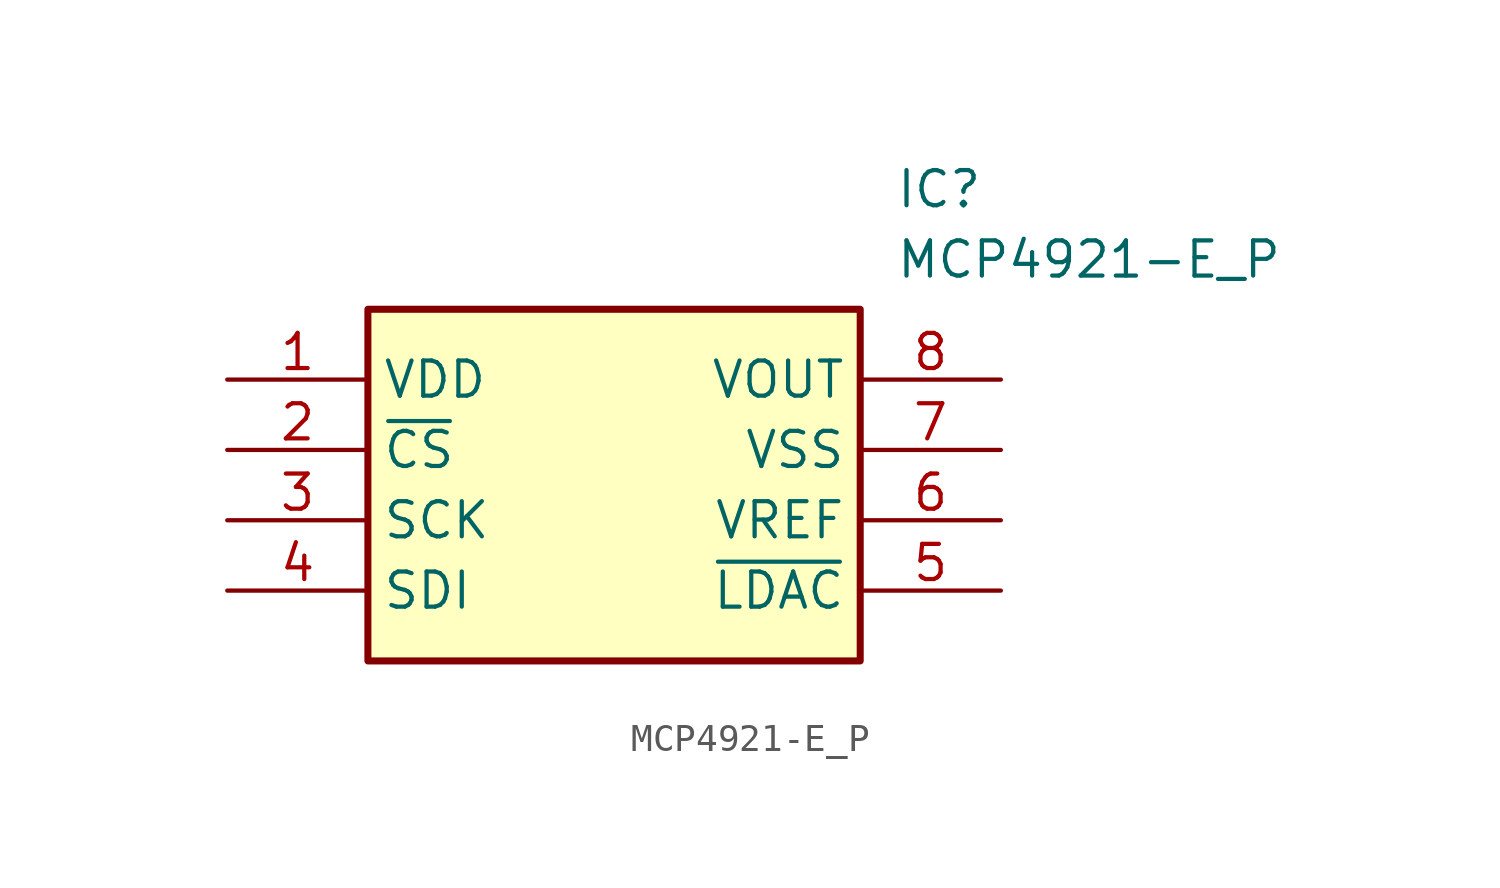
<source format=kicad_sym>
(kicad_symbol_lib
  (version 20211014)
  (generator SamacSys_ECAD_Model)
  (symbol "MCP4921-E_P"
    (property "Reference" "IC"
      (at 24.13 7.62 0)
      (effects (font (size 1.27 1.27)) (justify left top)))
    (property "Value" "MCP4921-E_P"
      (at 24.13 5.08 0)
      (effects (font (size 1.27 1.27)) (justify left top)))
    (rectangle
      (start 5.08 2.54)
      (end 22.86 -10.16)
      (stroke (width 0.254) (type default))
      (fill (type background)))
    (pin power_in line
      (at 0 0 0)
      (length 5.08)
      (name "VDD" (effects (font (size 1.27 1.27))))
      (number "1" (effects (font (size 1.27 1.27)))))
    (pin input line
      (at 0 -2.54 0)
      (length 5.08)
      (name "~{CS}" (effects (font (size 1.27 1.27))))
      (number "2" (effects (font (size 1.27 1.27)))))
    (pin passive line
      (at 0 -5.08 0)
      (length 5.08)
      (name "SCK" (effects (font (size 1.27 1.27))))
      (number "3" (effects (font (size 1.27 1.27)))))
    (pin passive line
      (at 0 -7.62 0)
      (length 5.08)
      (name "SDI" (effects (font (size 1.27 1.27))))
      (number "4" (effects (font (size 1.27 1.27)))))
    (pin output line
      (at 27.94 0 180)
      (length 5.08)
      (name "VOUT" (effects (font (size 1.27 1.27))))
      (number "8" (effects (font (size 1.27 1.27)))))
    (pin power_in line
      (at 27.94 -2.54 180)
      (length 5.08)
      (name "VSS" (effects (font (size 1.27 1.27))))
      (number "7" (effects (font (size 1.27 1.27)))))
    (pin input line
      (at 27.94 -5.08 180)
      (length 5.08)
      (name "VREF" (effects (font (size 1.27 1.27))))
      (number "6" (effects (font (size 1.27 1.27)))))
    (pin passive line
      (at 27.94 -7.62 180)
      (length 5.08)
      (name "~{LDAC}" (effects (font (size 1.27 1.27))))
      (number "5" (effects (font (size 1.27 1.27)))))))
</source>
